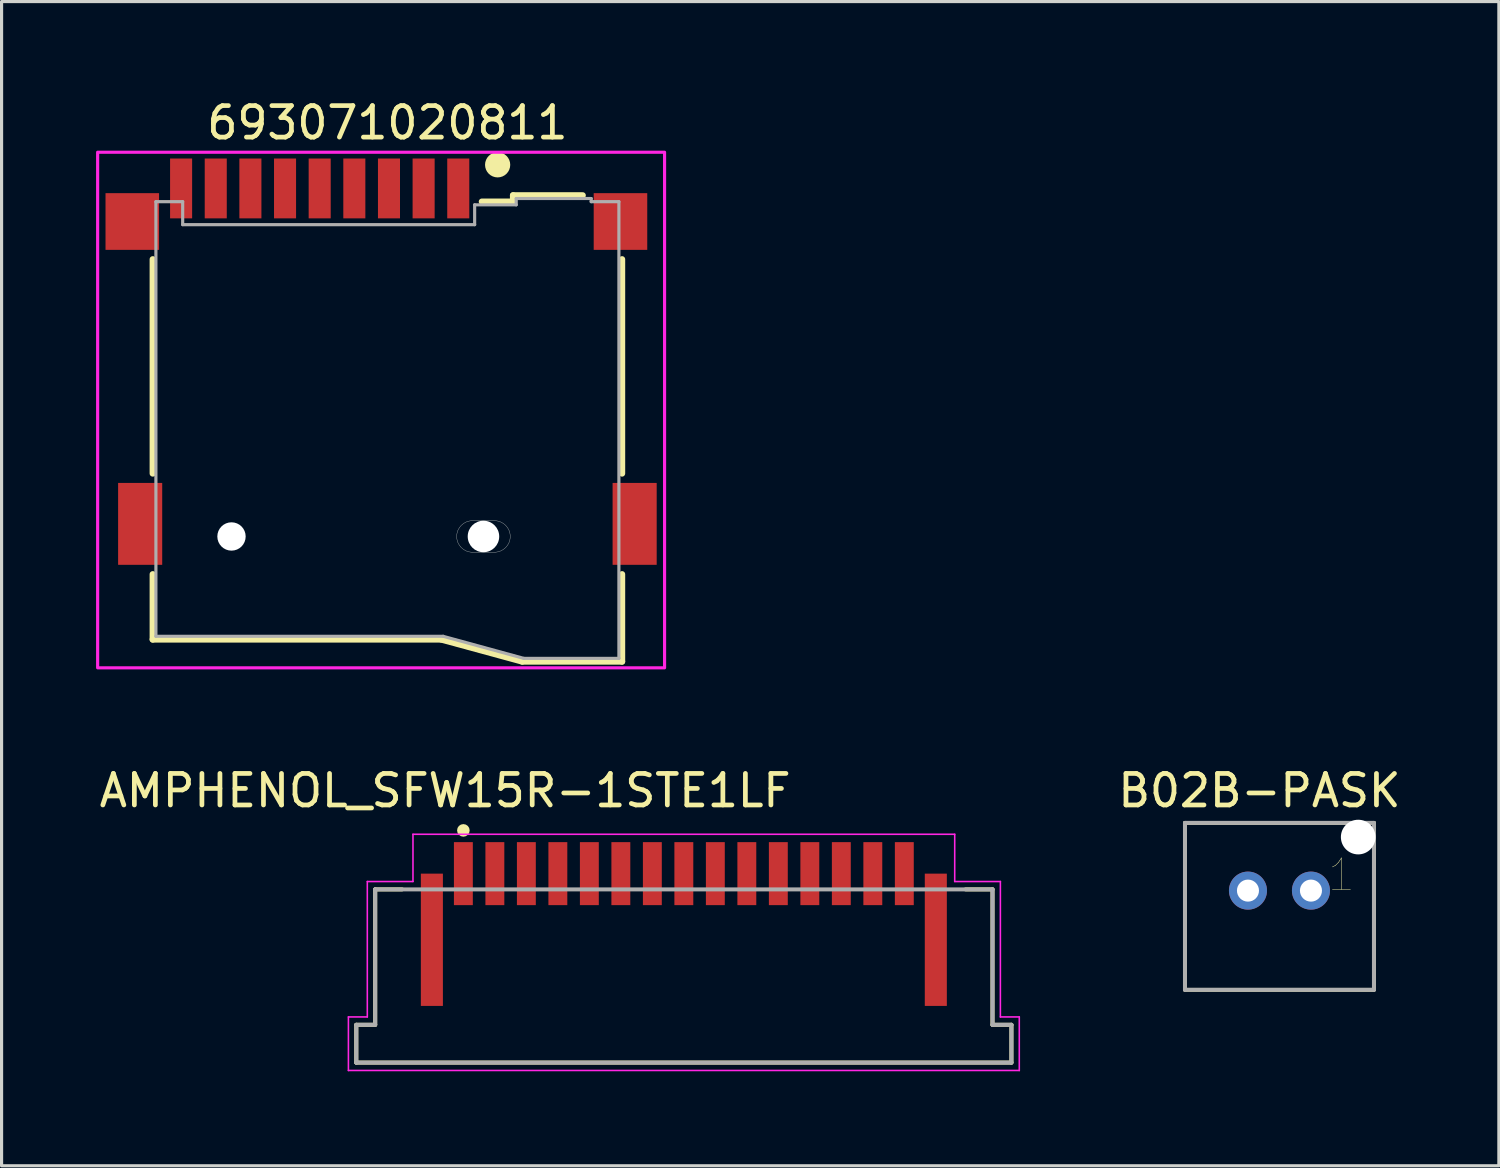
<source format=kicad_pcb>
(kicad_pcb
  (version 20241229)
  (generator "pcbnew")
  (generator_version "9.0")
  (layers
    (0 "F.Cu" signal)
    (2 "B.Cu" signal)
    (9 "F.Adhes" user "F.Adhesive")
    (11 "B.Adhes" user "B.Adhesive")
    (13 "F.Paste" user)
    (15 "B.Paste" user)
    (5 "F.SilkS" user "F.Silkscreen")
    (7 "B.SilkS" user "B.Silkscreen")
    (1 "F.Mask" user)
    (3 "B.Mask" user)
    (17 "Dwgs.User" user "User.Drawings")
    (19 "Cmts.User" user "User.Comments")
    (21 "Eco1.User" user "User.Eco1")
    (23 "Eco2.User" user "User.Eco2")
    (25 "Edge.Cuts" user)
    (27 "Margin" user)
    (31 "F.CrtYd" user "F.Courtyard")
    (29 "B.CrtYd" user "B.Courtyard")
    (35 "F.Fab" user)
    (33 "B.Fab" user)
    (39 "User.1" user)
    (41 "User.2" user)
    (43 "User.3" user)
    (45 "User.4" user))
  (footprint "B02B-PASK"
    (layer "F.Cu")
    (at 37.573 25.227)
    (property "Reference" "B02B-PASK" (at -0.635 -3.175 0) (layer "F.SilkS") (effects (font (size 1 1) (thickness 0.15))))
    (attr through_hole)
    (fp_line (start -3 -2.15) (end 3 -2.15) (stroke (width 0.12) (type solid)) (layer "F.SilkS"))
    (fp_line (start -3 3.15) (end -3 -2.15) (stroke (width 0.12) (type solid)) (layer "F.SilkS"))
    (fp_line (start 3 -2.15) (end 3 3.15) (stroke (width 0.12) (type solid)) (layer "F.SilkS"))
    (fp_line (start 3 3.15) (end -3 3.15) (stroke (width 0.12) (type solid)) (layer "F.SilkS"))
    (fp_line (start -3 3.15) (end -3 -2.15) (stroke (width 0.127) (type solid)) (layer "F.Fab"))
    (fp_line (start -3 3.15) (end 3 3.15) (stroke (width 0.127) (type solid)) (layer "F.Fab"))
    (fp_line (start 3 -2.15) (end -3 -2.15) (stroke (width 0.127) (type solid)) (layer "F.Fab"))
    (fp_line (start 3 -2.15) (end 3 3.15) (stroke (width 0.127) (type solid)) (layer "F.Fab"))
    (fp_text user "1" (at 1.968 -0.5 0) (layer "F.SilkS") (effects (font (size 1 1) (thickness 0.015))))
    (pad "" np_thru_hole circle (at 2.5 -1.7) (size 1.1 1.1) (drill 1.1) (layers "*.Cu" "*.Mask"))
    (pad "1" thru_hole circle (at 1 0) (size 1.208 1.208) (drill 0.7) (layers "*.Cu" "*.Mask" "B.Adhes"))
    (pad "2" thru_hole circle (at -1 0) (size 1.208 1.208) (drill 0.7) (layers "*.Cu" "*.Mask")))
  (footprint "AMPHENOL_SFW15R-1STE1LF"
    (layer "F.Cu")
    (at 18.662 24.688)
    (property "Reference" "AMPHENOL_SFW15R-1STE1LF" (at -7.579 -2.636 0) (layer "F.SilkS") (effects (font (size 1.001 1.001) (thickness 0.15))))
    (attr smd)
    (fp_line (start -10.4 4.8) (end -9.8 4.8) (stroke (width 0.127) (type solid)) (layer "F.SilkS"))
    (fp_line (start -10.4 6) (end -10.4 4.8) (stroke (width 0.127) (type solid)) (layer "F.SilkS"))
    (fp_line (start -9.8 0.5) (end -8.946 0.5) (stroke (width 0.127) (type solid)) (layer "F.SilkS"))
    (fp_line (start -9.8 4.8) (end -9.8 0.5) (stroke (width 0.127) (type solid)) (layer "F.SilkS"))
    (fp_line (start 9.8 0.5) (end 8.946 0.5) (stroke (width 0.127) (type solid)) (layer "F.SilkS"))
    (fp_line (start 9.8 0.5) (end 9.8 4.8) (stroke (width 0.127) (type solid)) (layer "F.SilkS"))
    (fp_line (start 9.8 4.8) (end 10.4 4.8) (stroke (width 0.127) (type solid)) (layer "F.SilkS"))
    (fp_line (start 10.4 4.8) (end 10.4 6) (stroke (width 0.127) (type solid)) (layer "F.SilkS"))
    (fp_line (start 10.4 6) (end -10.4 6) (stroke (width 0.127) (type solid)) (layer "F.SilkS"))
    (fp_circle (center -7 -1.373) (end -6.9 -1.373) (stroke (width 0.2) (type solid)) (fill no) (layer "F.SilkS"))
    (fp_line (start -10.65 4.55) (end -10.05 4.55) (stroke (width 0.05) (type solid)) (layer "F.CrtYd"))
    (fp_line (start -10.65 6.25) (end -10.65 4.55) (stroke (width 0.05) (type solid)) (layer "F.CrtYd"))
    (fp_line (start -10.05 0.25) (end -8.6 0.25) (stroke (width 0.05) (type solid)) (layer "F.CrtYd"))
    (fp_line (start -10.05 4.55) (end -10.05 0.25) (stroke (width 0.05) (type solid)) (layer "F.CrtYd"))
    (fp_line (start -8.6 -1.25) (end 8.6 -1.25) (stroke (width 0.05) (type solid)) (layer "F.CrtYd"))
    (fp_line (start -8.6 0.25) (end -8.6 -1.25) (stroke (width 0.05) (type solid)) (layer "F.CrtYd"))
    (fp_line (start 8.6 -1.25) (end 8.6 0.25) (stroke (width 0.05) (type solid)) (layer "F.CrtYd"))
    (fp_line (start 8.6 0.25) (end 10.05 0.25) (stroke (width 0.05) (type solid)) (layer "F.CrtYd"))
    (fp_line (start 10.05 0.25) (end 10.05 4.55) (stroke (width 0.05) (type solid)) (layer "F.CrtYd"))
    (fp_line (start 10.05 4.55) (end 10.65 4.55) (stroke (width 0.05) (type solid)) (layer "F.CrtYd"))
    (fp_line (start 10.65 4.55) (end 10.65 6.25) (stroke (width 0.05) (type solid)) (layer "F.CrtYd"))
    (fp_line (start 10.65 6.25) (end -10.65 6.25) (stroke (width 0.05) (type solid)) (layer "F.CrtYd"))
    (fp_line (start -10.4 4.8) (end -9.8 4.8) (stroke (width 0.127) (type solid)) (layer "F.Fab"))
    (fp_line (start -10.4 6) (end -10.4 4.8) (stroke (width 0.127) (type solid)) (layer "F.Fab"))
    (fp_line (start -9.8 0.5) (end 9.8 0.5) (stroke (width 0.127) (type solid)) (layer "F.Fab"))
    (fp_line (start -9.8 4.8) (end -9.8 0.5) (stroke (width 0.127) (type solid)) (layer "F.Fab"))
    (fp_line (start 9.8 0.5) (end 9.8 4.8) (stroke (width 0.127) (type solid)) (layer "F.Fab"))
    (fp_line (start 9.8 4.8) (end 10.4 4.8) (stroke (width 0.127) (type solid)) (layer "F.Fab"))
    (fp_line (start 10.4 4.8) (end 10.4 6) (stroke (width 0.127) (type solid)) (layer "F.Fab"))
    (fp_line (start 10.4 6) (end -10.4 6) (stroke (width 0.127) (type solid)) (layer "F.Fab"))
    (pad "1" smd rect (at -7 0) (size 0.6 2) (layers "F.Cu" "F.Mask" "F.Paste"))
    (pad "2" smd rect (at -6 0) (size 0.6 2) (layers "F.Cu" "F.Mask" "F.Paste"))
    (pad "3" smd rect (at -5 0) (size 0.6 2) (layers "F.Cu" "F.Mask" "F.Paste"))
    (pad "4" smd rect (at -4 0) (size 0.6 2) (layers "F.Cu" "F.Mask" "F.Paste"))
    (pad "5" smd rect (at -3 0) (size 0.6 2) (layers "F.Cu" "F.Mask" "F.Paste"))
    (pad "6" smd rect (at -2 0) (size 0.6 2) (layers "F.Cu" "F.Mask" "F.Paste"))
    (pad "7" smd rect (at -1 0) (size 0.6 2) (layers "F.Cu" "F.Mask" "F.Paste"))
    (pad "8" smd rect (at 0 0) (size 0.6 2) (layers "F.Cu" "F.Mask" "F.Paste"))
    (pad "9" smd rect (at 1 0) (size 0.6 2) (layers "F.Cu" "F.Mask" "F.Paste"))
    (pad "10" smd rect (at 2 0) (size 0.6 2) (layers "F.Cu" "F.Mask" "F.Paste"))
    (pad "11" smd rect (at 3 0) (size 0.6 2) (layers "F.Cu" "F.Mask" "F.Paste"))
    (pad "12" smd rect (at 4 0) (size 0.6 2) (layers "F.Cu" "F.Mask" "F.Paste"))
    (pad "13" smd rect (at 5 0) (size 0.6 2) (layers "F.Cu" "F.Mask" "F.Paste"))
    (pad "14" smd rect (at 6 0) (size 0.6 2) (layers "F.Cu" "F.Mask" "F.Paste"))
    (pad "15" smd rect (at 7 0) (size 0.6 2) (layers "F.Cu" "F.Mask" "F.Paste"))
    (pad "SH" smd rect (at -8 2.1) (size 0.7 4.2) (layers "F.Cu" "F.Mask" "F.Paste"))
    (pad "SH" smd rect (at 8 2.1) (size 0.7 4.2) (layers "F.Cu" "F.Mask" "F.Paste")))
  (footprint "693071020811"
    (layer "F.Cu")
    (at 9.25 13.983)
    (property "Reference" "693071020811" (at 0 -13.135 0) (layer "F.SilkS") (effects (font (size 1 1) (thickness 0.15))))
    (attr smd)
    (fp_line (start -7.45 -8.8) (end -7.45 -2) (stroke (width 0.2) (type solid)) (layer "F.SilkS"))
    (fp_line (start -7.45 1.2) (end -7.45 3.27) (stroke (width 0.2) (type solid)) (layer "F.SilkS"))
    (fp_line (start -7.45 3.27) (end 1.71 3.27) (stroke (width 0.2) (type solid)) (layer "F.SilkS"))
    (fp_line (start 1.71 3.27) (end 4.28 3.97) (stroke (width 0.2) (type solid)) (layer "F.SilkS"))
    (fp_line (start 3 -10.63) (end 3.99 -10.63) (stroke (width 0.2) (type solid)) (layer "F.SilkS"))
    (fp_line (start 3.99 -10.83) (end 6.2 -10.83) (stroke (width 0.2) (type solid)) (layer "F.SilkS"))
    (fp_line (start 3.99 -10.63) (end 3.99 -10.83) (stroke (width 0.2) (type solid)) (layer "F.SilkS"))
    (fp_line (start 4.28 3.97) (end 7.45 3.97) (stroke (width 0.2) (type solid)) (layer "F.SilkS"))
    (fp_line (start 7.45 -8.8) (end 7.45 -2) (stroke (width 0.2) (type solid)) (layer "F.SilkS"))
    (fp_line (start 7.45 3.97) (end 7.45 1.2) (stroke (width 0.2) (type solid)) (layer "F.SilkS"))
    (fp_circle (center 3.5 -11.8) (end 3.7 -11.8) (stroke (width 0.4) (type solid)) (fill no) (layer "F.SilkS"))
    (fp_line (start 2.7 0.5) (end 3.4 0.5) (stroke (width 0.01) (type solid)) (layer "Edge.Cuts"))
    (fp_line (start 3.4 -0.5) (end 2.7 -0.5) (stroke (width 0.01) (type solid)) (layer "Edge.Cuts"))
    (fp_arc (start 2.7 0.5) (mid 2.2 0) (end 2.7 -0.5) (stroke (width 0.01) (type solid)) (layer "Edge.Cuts"))
    (fp_arc (start 3.4 -0.5) (mid 3.9 0) (end 3.4 0.5) (stroke (width 0.01) (type solid)) (layer "Edge.Cuts"))
    (fp_poly (pts (xy -9.2 -12.2) (xy 8.8 -12.2) (xy 8.8 4.17) (xy -9.2 4.17)) (stroke (width 0.1) (type solid)) (fill no) (layer "F.CrtYd"))
    (fp_line (start -7.35 -10.63) (end -6.5 -10.63) (stroke (width 0.1) (type solid)) (layer "F.Fab"))
    (fp_line (start -7.35 3.17) (end -7.35 -10.63) (stroke (width 0.1) (type solid)) (layer "F.Fab"))
    (fp_line (start -7.35 3.17) (end 1.77 3.17) (stroke (width 0.1) (type solid)) (layer "F.Fab"))
    (fp_line (start -6.5 -9.9) (end -6.5 -10.63) (stroke (width 0.1) (type solid)) (layer "F.Fab"))
    (fp_line (start 1.77 3.17) (end 4.33 3.87) (stroke (width 0.1) (type solid)) (layer "F.Fab"))
    (fp_line (start 2.77 -10.53) (end 2.77 -9.9) (stroke (width 0.1) (type solid)) (layer "F.Fab"))
    (fp_line (start 2.77 -9.9) (end -6.5 -9.9) (stroke (width 0.1) (type solid)) (layer "F.Fab"))
    (fp_line (start 4.09 -10.73) (end 4.09 -10.53) (stroke (width 0.1) (type solid)) (layer "F.Fab"))
    (fp_line (start 4.09 -10.73) (end 6.47 -10.73) (stroke (width 0.1) (type solid)) (layer "F.Fab"))
    (fp_line (start 4.09 -10.53) (end 2.77 -10.53) (stroke (width 0.1) (type solid)) (layer "F.Fab"))
    (fp_line (start 4.33 3.87) (end 7.35 3.87) (stroke (width 0.1) (type solid)) (layer "F.Fab"))
    (fp_line (start 6.47 -10.73) (end 6.47 -10.63) (stroke (width 0.1) (type solid)) (layer "F.Fab"))
    (fp_line (start 6.47 -10.63) (end 7.35 -10.63) (stroke (width 0.1) (type solid)) (layer "F.Fab"))
    (fp_line (start 7.35 -10.63) (end 7.35 3.87) (stroke (width 0.1) (type solid)) (layer "F.Fab"))
    (pad "" np_thru_hole circle (at -4.95 0) (size 0.9 0.9) (drill 0.9) (layers "*.Cu" "*.Mask"))
    (pad "" np_thru_hole circle (at 3.05 0) (size 1 1) (drill 1) (layers "*.Cu" "*.Mask"))
    (pad "1" smd rect (at 2.25 -11.05) (size 0.7 1.9) (layers "F.Cu" "F.Mask" "F.Paste"))
    (pad "2" smd rect (at 1.15 -11.05) (size 0.7 1.9) (layers "F.Cu" "F.Mask" "F.Paste"))
    (pad "3" smd rect (at 0.05 -11.05) (size 0.7 1.9) (layers "F.Cu" "F.Mask" "F.Paste"))
    (pad "4" smd rect (at -1.05 -11.05) (size 0.7 1.9) (layers "F.Cu" "F.Mask" "F.Paste"))
    (pad "5" smd rect (at -2.15 -11.05) (size 0.7 1.9) (layers "F.Cu" "F.Mask" "F.Paste"))
    (pad "6" smd rect (at -3.25 -11.05) (size 0.7 1.9) (layers "F.Cu" "F.Mask" "F.Paste"))
    (pad "7" smd rect (at -4.35 -11.05) (size 0.7 1.9) (layers "F.Cu" "F.Mask" "F.Paste"))
    (pad "8" smd rect (at -5.45 -11.05) (size 0.7 1.9) (layers "F.Cu" "F.Mask" "F.Paste"))
    (pad "9" smd rect (at -6.55 -11.05) (size 0.7 1.9) (layers "F.Cu" "F.Mask" "F.Paste"))
    (pad "10" smd rect (at -8.1 -10) (size 1.7 1.8) (layers "F.Cu" "F.Mask" "F.Paste"))
    (pad "11" smd rect (at 7.4 -10) (size 1.7 1.8) (layers "F.Cu" "F.Mask" "F.Paste"))
    (pad "12" smd rect (at -7.85 -0.4) (size 1.4 2.6) (layers "F.Cu" "F.Mask" "F.Paste"))
    (pad "13" smd rect (at 7.85 -0.4) (size 1.4 2.6) (layers "F.Cu" "F.Mask" "F.Paste")))
  (gr_rect
    (start -3 -3)
    (end 44.539 33.963)
    (stroke (width 0.1) (type default))
    (fill no)
    (layer "Edge.Cuts")))
</source>
